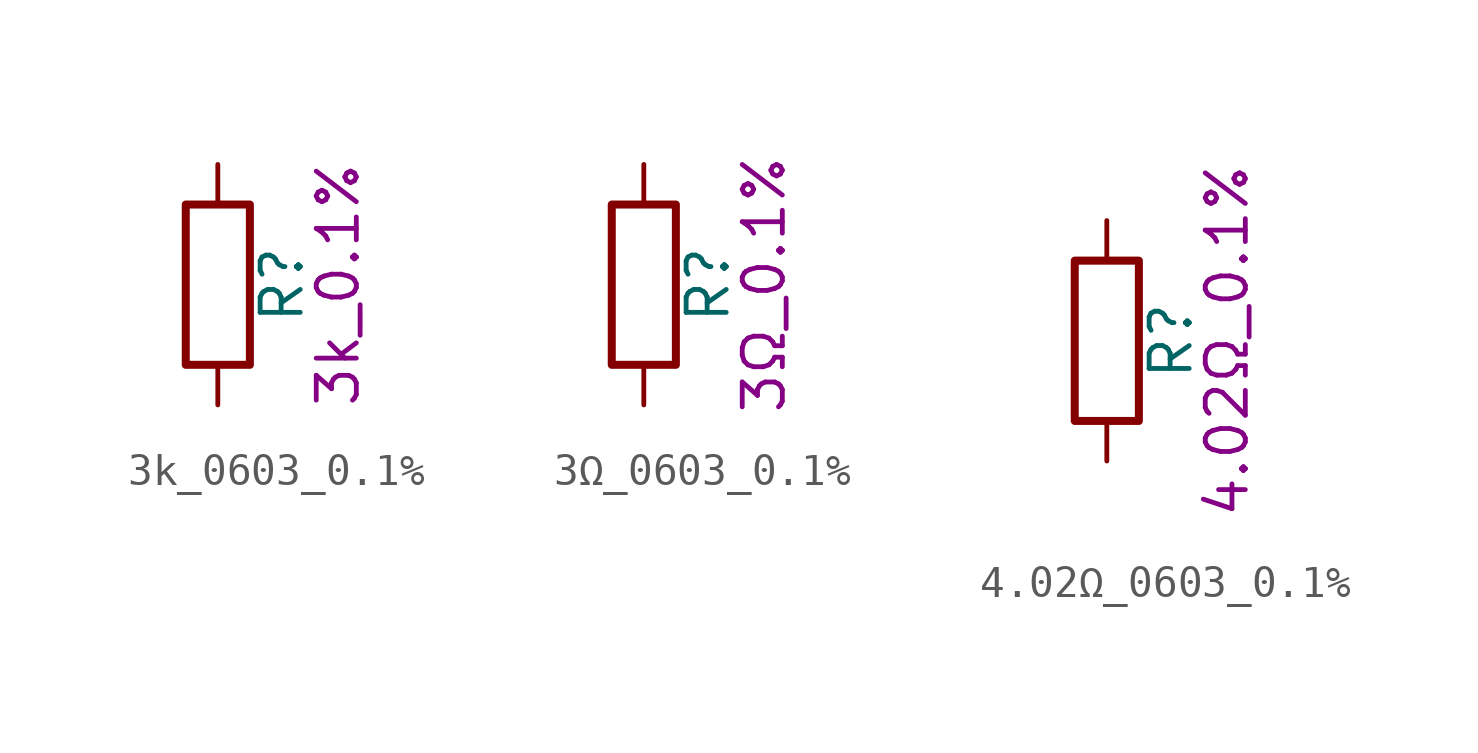
<source format=kicad_sym>
(kicad_symbol_lib
  (version 20211014)
  (generator kicad_symbol_editor)
  (symbol "3k_0603_0.1%"
    (pin_numbers hide)
    (pin_names
      (offset 0))
    (property "Reference" "R"
      (at 2.032 0 90)
      (effects (font (size 1.27 1.27))))
    (property "Display" "3k_0.1%"
      (at 3.81 0 90)
      (effects (font (size 1.27 1.27))))
    (symbol "3k_0603_0.1%_0_1"
      (rectangle (start -1.016 -2.54) (end 1.016 2.54) (stroke (width 0.254) (type default) (color 0 0 0 0)) (fill (type none))))
    (symbol "3k_0603_0.1%_1_1"
      (pin passive line (at 0 3.81 270) (length 1.27) (name "~" (effects (font (size 1.27 1.27)))) (number "1" (effects (font (size 1.27 1.27)))))
      (pin passive line (at 0 -3.81 90) (length 1.27) (name "~" (effects (font (size 1.27 1.27)))) (number "2" (effects (font (size 1.27 1.27)))))))
  (symbol "3Ω_0603_0.1%"
    (pin_numbers hide)
    (pin_names
      (offset 0))
    (property "Reference" "R"
      (at 2.032 0 90)
      (effects (font (size 1.27 1.27))))
    (property "Display" "3Ω_0.1%"
      (at 3.81 0 90)
      (effects (font (size 1.27 1.27))))
    (symbol "3Ω_0603_0.1%_0_1"
      (rectangle (start -1.016 -2.54) (end 1.016 2.54) (stroke (width 0.254) (type default) (color 0 0 0 0)) (fill (type none))))
    (symbol "3Ω_0603_0.1%_1_1"
      (pin passive line (at 0 3.81 270) (length 1.27) (name "~" (effects (font (size 1.27 1.27)))) (number "1" (effects (font (size 1.27 1.27)))))
      (pin passive line (at 0 -3.81 90) (length 1.27) (name "~" (effects (font (size 1.27 1.27)))) (number "2" (effects (font (size 1.27 1.27)))))))
  (symbol "4.02Ω_0603_0.1%"
    (pin_numbers hide)
    (pin_names
      (offset 0))
    (property "Reference" "R"
      (at 2.032 0 90)
      (effects (font (size 1.27 1.27))))
    (property "Display" "4.02Ω_0.1%"
      (at 3.81 0 90)
      (effects (font (size 1.27 1.27))))
    (symbol "4.02Ω_0603_0.1%_0_1"
      (rectangle (start -1.016 -2.54) (end 1.016 2.54) (stroke (width 0.254) (type default) (color 0 0 0 0)) (fill (type none))))
    (symbol "4.02Ω_0603_0.1%_1_1"
      (pin passive line (at 0 3.81 270) (length 1.27) (name "~" (effects (font (size 1.27 1.27)))) (number "1" (effects (font (size 1.27 1.27)))))
      (pin passive line (at 0 -3.81 90) (length 1.27) (name "~" (effects (font (size 1.27 1.27)))) (number "2" (effects (font (size 1.27 1.27))))))))
</source>
